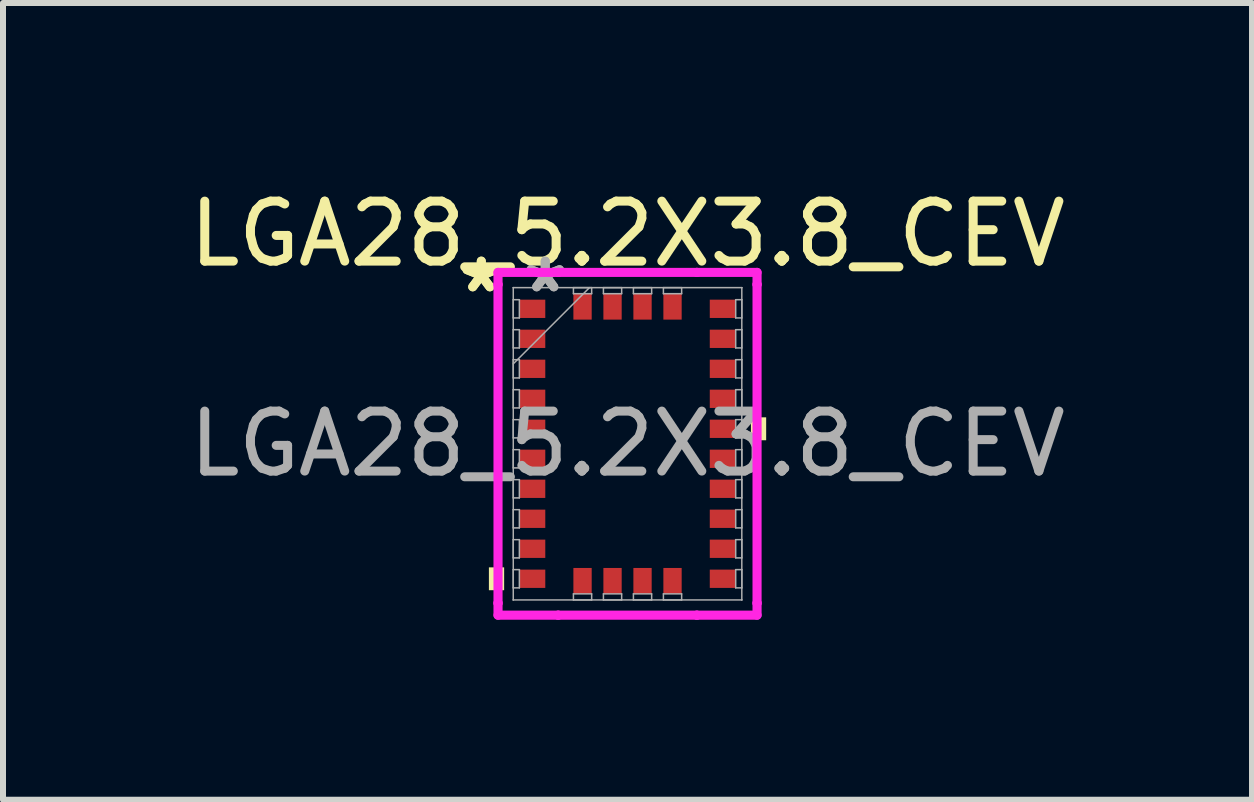
<source format=kicad_pcb>
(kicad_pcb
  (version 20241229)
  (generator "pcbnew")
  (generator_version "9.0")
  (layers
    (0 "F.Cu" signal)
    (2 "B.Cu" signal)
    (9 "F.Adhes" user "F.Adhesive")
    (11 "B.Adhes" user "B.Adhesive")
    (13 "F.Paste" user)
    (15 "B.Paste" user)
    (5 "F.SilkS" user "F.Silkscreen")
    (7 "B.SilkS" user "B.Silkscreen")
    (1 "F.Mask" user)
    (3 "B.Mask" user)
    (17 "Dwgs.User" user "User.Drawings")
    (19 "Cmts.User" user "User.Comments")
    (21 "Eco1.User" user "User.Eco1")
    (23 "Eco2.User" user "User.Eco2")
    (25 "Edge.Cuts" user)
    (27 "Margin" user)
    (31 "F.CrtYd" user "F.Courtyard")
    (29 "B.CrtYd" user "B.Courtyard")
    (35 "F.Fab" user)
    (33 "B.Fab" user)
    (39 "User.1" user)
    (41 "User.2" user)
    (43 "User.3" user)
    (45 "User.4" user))
  (footprint "LGA28_5.2X3.8_CEV"
    (layer "F.Cu")
    (at 7.411 4.348)
    (property "Reference" "LGA28_5.2X3.8_CEV" (at 0 -3.5 0) (unlocked yes) (layer "F.SilkS") (effects (font (size 1 1) (thickness 0.15))))
    (attr smd)
    (fp_poly (pts (xy -2.311 2.06) (xy -2.311 2.441) (xy -2.057 2.441) (xy -2.057 2.06)) (stroke (width 0) (type solid)) (fill yes) (layer "F.SilkS"))
    (fp_poly (pts (xy 2.311 -0.441) (xy 2.311 -0.059) (xy 2.057 -0.059) (xy 2.057 -0.441)) (stroke (width 0) (type solid)) (fill yes) (layer "F.SilkS"))
    (fp_line (start -2.159 -2.857) (end -1.156 -2.857) (stroke (width 0.152) (type solid)) (layer "F.CrtYd"))
    (fp_line (start -2.159 -2.656) (end -2.159 -2.857) (stroke (width 0.152) (type solid)) (layer "F.CrtYd"))
    (fp_line (start -2.159 -2.656) (end -2.159 -2.656) (stroke (width 0.152) (type solid)) (layer "F.CrtYd"))
    (fp_line (start -2.159 2.656) (end -2.159 -2.656) (stroke (width 0.152) (type solid)) (layer "F.CrtYd"))
    (fp_line (start -2.159 2.656) (end -2.159 2.656) (stroke (width 0.152) (type solid)) (layer "F.CrtYd"))
    (fp_line (start -2.159 2.857) (end -2.159 2.656) (stroke (width 0.152) (type solid)) (layer "F.CrtYd"))
    (fp_line (start -1.156 -2.857) (end -1.156 -2.857) (stroke (width 0.152) (type solid)) (layer "F.CrtYd"))
    (fp_line (start -1.156 -2.857) (end 1.156 -2.857) (stroke (width 0.152) (type solid)) (layer "F.CrtYd"))
    (fp_line (start -1.156 2.857) (end -2.159 2.857) (stroke (width 0.152) (type solid)) (layer "F.CrtYd"))
    (fp_line (start -1.156 2.857) (end -1.156 2.857) (stroke (width 0.152) (type solid)) (layer "F.CrtYd"))
    (fp_line (start 1.156 -2.857) (end 1.156 -2.857) (stroke (width 0.152) (type solid)) (layer "F.CrtYd"))
    (fp_line (start 1.156 -2.857) (end 2.159 -2.857) (stroke (width 0.152) (type solid)) (layer "F.CrtYd"))
    (fp_line (start 1.156 2.857) (end -1.156 2.857) (stroke (width 0.152) (type solid)) (layer "F.CrtYd"))
    (fp_line (start 1.156 2.857) (end 1.156 2.857) (stroke (width 0.152) (type solid)) (layer "F.CrtYd"))
    (fp_line (start 2.159 -2.857) (end 2.159 -2.656) (stroke (width 0.152) (type solid)) (layer "F.CrtYd"))
    (fp_line (start 2.159 -2.656) (end 2.159 -2.656) (stroke (width 0.152) (type solid)) (layer "F.CrtYd"))
    (fp_line (start 2.159 -2.656) (end 2.159 2.656) (stroke (width 0.152) (type solid)) (layer "F.CrtYd"))
    (fp_line (start 2.159 2.656) (end 2.159 2.656) (stroke (width 0.152) (type solid)) (layer "F.CrtYd"))
    (fp_line (start 2.159 2.656) (end 2.159 2.857) (stroke (width 0.152) (type solid)) (layer "F.CrtYd"))
    (fp_line (start 2.159 2.857) (end 1.156 2.857) (stroke (width 0.152) (type solid)) (layer "F.CrtYd"))
    (fp_line (start -1.905 -2.603) (end -1.905 -2.603) (stroke (width 0.025) (type solid)) (layer "F.Fab"))
    (fp_line (start -1.905 -2.603) (end -1.905 2.603) (stroke (width 0.025) (type solid)) (layer "F.Fab"))
    (fp_line (start -1.905 -2.402) (end -1.803 -2.402) (stroke (width 0.025) (type solid)) (layer "F.Fab"))
    (fp_line (start -1.905 -2.098) (end -1.905 -2.402) (stroke (width 0.025) (type solid)) (layer "F.Fab"))
    (fp_line (start -1.905 -1.902) (end -1.803 -1.902) (stroke (width 0.025) (type solid)) (layer "F.Fab"))
    (fp_line (start -1.905 -1.598) (end -1.905 -1.902) (stroke (width 0.025) (type solid)) (layer "F.Fab"))
    (fp_line (start -1.905 -1.402) (end -1.803 -1.402) (stroke (width 0.025) (type solid)) (layer "F.Fab"))
    (fp_line (start -1.905 -1.333) (end -0.635 -2.603) (stroke (width 0.025) (type solid)) (layer "F.Fab"))
    (fp_line (start -1.905 -1.098) (end -1.905 -1.402) (stroke (width 0.025) (type solid)) (layer "F.Fab"))
    (fp_line (start -1.905 -0.902) (end -1.803 -0.902) (stroke (width 0.025) (type solid)) (layer "F.Fab"))
    (fp_line (start -1.905 -0.598) (end -1.905 -0.902) (stroke (width 0.025) (type solid)) (layer "F.Fab"))
    (fp_line (start -1.905 -0.402) (end -1.803 -0.402) (stroke (width 0.025) (type solid)) (layer "F.Fab"))
    (fp_line (start -1.905 -0.098) (end -1.905 -0.402) (stroke (width 0.025) (type solid)) (layer "F.Fab"))
    (fp_line (start -1.905 0.098) (end -1.803 0.098) (stroke (width 0.025) (type solid)) (layer "F.Fab"))
    (fp_line (start -1.905 0.402) (end -1.905 0.098) (stroke (width 0.025) (type solid)) (layer "F.Fab"))
    (fp_line (start -1.905 0.598) (end -1.803 0.598) (stroke (width 0.025) (type solid)) (layer "F.Fab"))
    (fp_line (start -1.905 0.902) (end -1.905 0.598) (stroke (width 0.025) (type solid)) (layer "F.Fab"))
    (fp_line (start -1.905 1.098) (end -1.803 1.098) (stroke (width 0.025) (type solid)) (layer "F.Fab"))
    (fp_line (start -1.905 1.402) (end -1.905 1.098) (stroke (width 0.025) (type solid)) (layer "F.Fab"))
    (fp_line (start -1.905 1.598) (end -1.803 1.598) (stroke (width 0.025) (type solid)) (layer "F.Fab"))
    (fp_line (start -1.905 1.902) (end -1.905 1.598) (stroke (width 0.025) (type solid)) (layer "F.Fab"))
    (fp_line (start -1.905 2.098) (end -1.803 2.098) (stroke (width 0.025) (type solid)) (layer "F.Fab"))
    (fp_line (start -1.905 2.402) (end -1.905 2.098) (stroke (width 0.025) (type solid)) (layer "F.Fab"))
    (fp_line (start -1.905 2.603) (end -1.905 2.603) (stroke (width 0.025) (type solid)) (layer "F.Fab"))
    (fp_line (start -1.905 2.603) (end 1.905 2.603) (stroke (width 0.025) (type solid)) (layer "F.Fab"))
    (fp_line (start -1.803 -2.402) (end -1.803 -2.098) (stroke (width 0.025) (type solid)) (layer "F.Fab"))
    (fp_line (start -1.803 -2.098) (end -1.905 -2.098) (stroke (width 0.025) (type solid)) (layer "F.Fab"))
    (fp_line (start -1.803 -1.902) (end -1.803 -1.598) (stroke (width 0.025) (type solid)) (layer "F.Fab"))
    (fp_line (start -1.803 -1.598) (end -1.905 -1.598) (stroke (width 0.025) (type solid)) (layer "F.Fab"))
    (fp_line (start -1.803 -1.402) (end -1.803 -1.098) (stroke (width 0.025) (type solid)) (layer "F.Fab"))
    (fp_line (start -1.803 -1.098) (end -1.905 -1.098) (stroke (width 0.025) (type solid)) (layer "F.Fab"))
    (fp_line (start -1.803 -0.902) (end -1.803 -0.598) (stroke (width 0.025) (type solid)) (layer "F.Fab"))
    (fp_line (start -1.803 -0.598) (end -1.905 -0.598) (stroke (width 0.025) (type solid)) (layer "F.Fab"))
    (fp_line (start -1.803 -0.402) (end -1.803 -0.098) (stroke (width 0.025) (type solid)) (layer "F.Fab"))
    (fp_line (start -1.803 -0.098) (end -1.905 -0.098) (stroke (width 0.025) (type solid)) (layer "F.Fab"))
    (fp_line (start -1.803 0.098) (end -1.803 0.402) (stroke (width 0.025) (type solid)) (layer "F.Fab"))
    (fp_line (start -1.803 0.402) (end -1.905 0.402) (stroke (width 0.025) (type solid)) (layer "F.Fab"))
    (fp_line (start -1.803 0.598) (end -1.803 0.902) (stroke (width 0.025) (type solid)) (layer "F.Fab"))
    (fp_line (start -1.803 0.902) (end -1.905 0.902) (stroke (width 0.025) (type solid)) (layer "F.Fab"))
    (fp_line (start -1.803 1.098) (end -1.803 1.402) (stroke (width 0.025) (type solid)) (layer "F.Fab"))
    (fp_line (start -1.803 1.402) (end -1.905 1.402) (stroke (width 0.025) (type solid)) (layer "F.Fab"))
    (fp_line (start -1.803 1.598) (end -1.803 1.902) (stroke (width 0.025) (type solid)) (layer "F.Fab"))
    (fp_line (start -1.803 1.902) (end -1.905 1.902) (stroke (width 0.025) (type solid)) (layer "F.Fab"))
    (fp_line (start -1.803 2.098) (end -1.803 2.402) (stroke (width 0.025) (type solid)) (layer "F.Fab"))
    (fp_line (start -1.803 2.402) (end -1.905 2.402) (stroke (width 0.025) (type solid)) (layer "F.Fab"))
    (fp_line (start -0.902 -2.603) (end -0.598 -2.603) (stroke (width 0.025) (type solid)) (layer "F.Fab"))
    (fp_line (start -0.902 -2.502) (end -0.902 -2.603) (stroke (width 0.025) (type solid)) (layer "F.Fab"))
    (fp_line (start -0.902 2.502) (end -0.598 2.502) (stroke (width 0.025) (type solid)) (layer "F.Fab"))
    (fp_line (start -0.902 2.603) (end -0.902 2.502) (stroke (width 0.025) (type solid)) (layer "F.Fab"))
    (fp_line (start -0.598 -2.603) (end -0.598 -2.502) (stroke (width 0.025) (type solid)) (layer "F.Fab"))
    (fp_line (start -0.598 -2.502) (end -0.902 -2.502) (stroke (width 0.025) (type solid)) (layer "F.Fab"))
    (fp_line (start -0.598 2.502) (end -0.598 2.603) (stroke (width 0.025) (type solid)) (layer "F.Fab"))
    (fp_line (start -0.598 2.603) (end -0.902 2.603) (stroke (width 0.025) (type solid)) (layer "F.Fab"))
    (fp_line (start -0.402 -2.603) (end -0.098 -2.603) (stroke (width 0.025) (type solid)) (layer "F.Fab"))
    (fp_line (start -0.402 -2.502) (end -0.402 -2.603) (stroke (width 0.025) (type solid)) (layer "F.Fab"))
    (fp_line (start -0.402 2.502) (end -0.098 2.502) (stroke (width 0.025) (type solid)) (layer "F.Fab"))
    (fp_line (start -0.402 2.603) (end -0.402 2.502) (stroke (width 0.025) (type solid)) (layer "F.Fab"))
    (fp_line (start -0.098 -2.603) (end -0.098 -2.502) (stroke (width 0.025) (type solid)) (layer "F.Fab"))
    (fp_line (start -0.098 -2.502) (end -0.402 -2.502) (stroke (width 0.025) (type solid)) (layer "F.Fab"))
    (fp_line (start -0.098 2.502) (end -0.098 2.603) (stroke (width 0.025) (type solid)) (layer "F.Fab"))
    (fp_line (start -0.098 2.603) (end -0.402 2.603) (stroke (width 0.025) (type solid)) (layer "F.Fab"))
    (fp_line (start 0.098 -2.603) (end 0.402 -2.603) (stroke (width 0.025) (type solid)) (layer "F.Fab"))
    (fp_line (start 0.098 -2.502) (end 0.098 -2.603) (stroke (width 0.025) (type solid)) (layer "F.Fab"))
    (fp_line (start 0.098 2.502) (end 0.402 2.502) (stroke (width 0.025) (type solid)) (layer "F.Fab"))
    (fp_line (start 0.098 2.603) (end 0.098 2.502) (stroke (width 0.025) (type solid)) (layer "F.Fab"))
    (fp_line (start 0.402 -2.603) (end 0.402 -2.502) (stroke (width 0.025) (type solid)) (layer "F.Fab"))
    (fp_line (start 0.402 -2.502) (end 0.098 -2.502) (stroke (width 0.025) (type solid)) (layer "F.Fab"))
    (fp_line (start 0.402 2.502) (end 0.402 2.603) (stroke (width 0.025) (type solid)) (layer "F.Fab"))
    (fp_line (start 0.402 2.603) (end 0.098 2.603) (stroke (width 0.025) (type solid)) (layer "F.Fab"))
    (fp_line (start 0.598 -2.603) (end 0.902 -2.603) (stroke (width 0.025) (type solid)) (layer "F.Fab"))
    (fp_line (start 0.598 -2.502) (end 0.598 -2.603) (stroke (width 0.025) (type solid)) (layer "F.Fab"))
    (fp_line (start 0.598 2.502) (end 0.902 2.502) (stroke (width 0.025) (type solid)) (layer "F.Fab"))
    (fp_line (start 0.598 2.603) (end 0.598 2.502) (stroke (width 0.025) (type solid)) (layer "F.Fab"))
    (fp_line (start 0.902 -2.603) (end 0.902 -2.502) (stroke (width 0.025) (type solid)) (layer "F.Fab"))
    (fp_line (start 0.902 -2.502) (end 0.598 -2.502) (stroke (width 0.025) (type solid)) (layer "F.Fab"))
    (fp_line (start 0.902 2.502) (end 0.902 2.603) (stroke (width 0.025) (type solid)) (layer "F.Fab"))
    (fp_line (start 0.902 2.603) (end 0.598 2.603) (stroke (width 0.025) (type solid)) (layer "F.Fab"))
    (fp_line (start 1.803 -2.402) (end 1.905 -2.402) (stroke (width 0.025) (type solid)) (layer "F.Fab"))
    (fp_line (start 1.803 -2.098) (end 1.803 -2.402) (stroke (width 0.025) (type solid)) (layer "F.Fab"))
    (fp_line (start 1.803 -1.902) (end 1.905 -1.902) (stroke (width 0.025) (type solid)) (layer "F.Fab"))
    (fp_line (start 1.803 -1.598) (end 1.803 -1.902) (stroke (width 0.025) (type solid)) (layer "F.Fab"))
    (fp_line (start 1.803 -1.402) (end 1.905 -1.402) (stroke (width 0.025) (type solid)) (layer "F.Fab"))
    (fp_line (start 1.803 -1.098) (end 1.803 -1.402) (stroke (width 0.025) (type solid)) (layer "F.Fab"))
    (fp_line (start 1.803 -0.902) (end 1.905 -0.902) (stroke (width 0.025) (type solid)) (layer "F.Fab"))
    (fp_line (start 1.803 -0.598) (end 1.803 -0.902) (stroke (width 0.025) (type solid)) (layer "F.Fab"))
    (fp_line (start 1.803 -0.402) (end 1.905 -0.402) (stroke (width 0.025) (type solid)) (layer "F.Fab"))
    (fp_line (start 1.803 -0.098) (end 1.803 -0.402) (stroke (width 0.025) (type solid)) (layer "F.Fab"))
    (fp_line (start 1.803 0.098) (end 1.905 0.098) (stroke (width 0.025) (type solid)) (layer "F.Fab"))
    (fp_line (start 1.803 0.402) (end 1.803 0.098) (stroke (width 0.025) (type solid)) (layer "F.Fab"))
    (fp_line (start 1.803 0.598) (end 1.905 0.598) (stroke (width 0.025) (type solid)) (layer "F.Fab"))
    (fp_line (start 1.803 0.902) (end 1.803 0.598) (stroke (width 0.025) (type solid)) (layer "F.Fab"))
    (fp_line (start 1.803 1.098) (end 1.905 1.098) (stroke (width 0.025) (type solid)) (layer "F.Fab"))
    (fp_line (start 1.803 1.402) (end 1.803 1.098) (stroke (width 0.025) (type solid)) (layer "F.Fab"))
    (fp_line (start 1.803 1.598) (end 1.905 1.598) (stroke (width 0.025) (type solid)) (layer "F.Fab"))
    (fp_line (start 1.803 1.902) (end 1.803 1.598) (stroke (width 0.025) (type solid)) (layer "F.Fab"))
    (fp_line (start 1.803 2.098) (end 1.905 2.098) (stroke (width 0.025) (type solid)) (layer "F.Fab"))
    (fp_line (start 1.803 2.402) (end 1.803 2.098) (stroke (width 0.025) (type solid)) (layer "F.Fab"))
    (fp_line (start 1.905 -2.603) (end -1.905 -2.603) (stroke (width 0.025) (type solid)) (layer "F.Fab"))
    (fp_line (start 1.905 -2.603) (end 1.905 -2.603) (stroke (width 0.025) (type solid)) (layer "F.Fab"))
    (fp_line (start 1.905 -2.402) (end 1.905 -2.098) (stroke (width 0.025) (type solid)) (layer "F.Fab"))
    (fp_line (start 1.905 -2.098) (end 1.803 -2.098) (stroke (width 0.025) (type solid)) (layer "F.Fab"))
    (fp_line (start 1.905 -1.902) (end 1.905 -1.598) (stroke (width 0.025) (type solid)) (layer "F.Fab"))
    (fp_line (start 1.905 -1.598) (end 1.803 -1.598) (stroke (width 0.025) (type solid)) (layer "F.Fab"))
    (fp_line (start 1.905 -1.402) (end 1.905 -1.098) (stroke (width 0.025) (type solid)) (layer "F.Fab"))
    (fp_line (start 1.905 -1.098) (end 1.803 -1.098) (stroke (width 0.025) (type solid)) (layer "F.Fab"))
    (fp_line (start 1.905 -0.902) (end 1.905 -0.598) (stroke (width 0.025) (type solid)) (layer "F.Fab"))
    (fp_line (start 1.905 -0.598) (end 1.803 -0.598) (stroke (width 0.025) (type solid)) (layer "F.Fab"))
    (fp_line (start 1.905 -0.402) (end 1.905 -0.098) (stroke (width 0.025) (type solid)) (layer "F.Fab"))
    (fp_line (start 1.905 -0.098) (end 1.803 -0.098) (stroke (width 0.025) (type solid)) (layer "F.Fab"))
    (fp_line (start 1.905 0.098) (end 1.905 0.402) (stroke (width 0.025) (type solid)) (layer "F.Fab"))
    (fp_line (start 1.905 0.402) (end 1.803 0.402) (stroke (width 0.025) (type solid)) (layer "F.Fab"))
    (fp_line (start 1.905 0.598) (end 1.905 0.902) (stroke (width 0.025) (type solid)) (layer "F.Fab"))
    (fp_line (start 1.905 0.902) (end 1.803 0.902) (stroke (width 0.025) (type solid)) (layer "F.Fab"))
    (fp_line (start 1.905 1.098) (end 1.905 1.402) (stroke (width 0.025) (type solid)) (layer "F.Fab"))
    (fp_line (start 1.905 1.402) (end 1.803 1.402) (stroke (width 0.025) (type solid)) (layer "F.Fab"))
    (fp_line (start 1.905 1.598) (end 1.905 1.902) (stroke (width 0.025) (type solid)) (layer "F.Fab"))
    (fp_line (start 1.905 1.902) (end 1.803 1.902) (stroke (width 0.025) (type solid)) (layer "F.Fab"))
    (fp_line (start 1.905 2.098) (end 1.905 2.402) (stroke (width 0.025) (type solid)) (layer "F.Fab"))
    (fp_line (start 1.905 2.402) (end 1.803 2.402) (stroke (width 0.025) (type solid)) (layer "F.Fab"))
    (fp_line (start 1.905 2.603) (end 1.905 -2.603) (stroke (width 0.025) (type solid)) (layer "F.Fab"))
    (fp_line (start 1.905 2.603) (end 1.905 2.603) (stroke (width 0.025) (type solid)) (layer "F.Fab"))
    (fp_text user "*" (at -2.438 -2.5 0) (layer "F.SilkS") (effects (font (size 1 1) (thickness 0.15))))
    (fp_text user "*" (at -2.438 -2.5 0) (unlocked yes) (layer "F.SilkS") (effects (font (size 1 1) (thickness 0.15))))
    (fp_text user "*" (at -1.372 -2.5 0) (unlocked yes) (layer "F.Fab") (effects (font (size 1 1) (thickness 0.15))))
    (fp_text user "*" (at -1.372 -2.5 0) (layer "F.Fab") (effects (font (size 1 1) (thickness 0.15))))
    (fp_text user "${REFERENCE}" (at 0 0 0) (unlocked yes) (layer "F.Fab") (effects (font (size 1 1) (thickness 0.15))))
    (pad "1" smd rect (at -1.587 -2.25 90) (size 0.305 0.432) (layers "F.Cu" "F.Mask" "F.Paste"))
    (pad "2" smd rect (at -1.587 -1.75 90) (size 0.305 0.432) (layers "F.Cu" "F.Mask" "F.Paste"))
    (pad "3" smd rect (at -1.587 -1.25 90) (size 0.305 0.432) (layers "F.Cu" "F.Mask" "F.Paste"))
    (pad "4" smd rect (at -1.587 -0.75 90) (size 0.305 0.432) (layers "F.Cu" "F.Mask" "F.Paste"))
    (pad "5" smd rect (at -1.587 -0.25 90) (size 0.305 0.432) (layers "F.Cu" "F.Mask" "F.Paste"))
    (pad "6" smd rect (at -1.587 0.25 90) (size 0.305 0.432) (layers "F.Cu" "F.Mask" "F.Paste"))
    (pad "7" smd rect (at -1.587 0.75 90) (size 0.305 0.432) (layers "F.Cu" "F.Mask" "F.Paste"))
    (pad "8" smd rect (at -1.587 1.25 90) (size 0.305 0.432) (layers "F.Cu" "F.Mask" "F.Paste"))
    (pad "9" smd rect (at -1.587 1.75 90) (size 0.305 0.432) (layers "F.Cu" "F.Mask" "F.Paste"))
    (pad "10" smd rect (at -1.587 2.25 90) (size 0.305 0.432) (layers "F.Cu" "F.Mask" "F.Paste"))
    (pad "11" smd rect (at -0.75 2.286) (size 0.305 0.432) (layers "F.Cu" "F.Mask" "F.Paste"))
    (pad "12" smd rect (at -0.25 2.286) (size 0.305 0.432) (layers "F.Cu" "F.Mask" "F.Paste"))
    (pad "13" smd rect (at 0.25 2.286) (size 0.305 0.432) (layers "F.Cu" "F.Mask" "F.Paste"))
    (pad "14" smd rect (at 0.75 2.286) (size 0.305 0.432) (layers "F.Cu" "F.Mask" "F.Paste"))
    (pad "15" smd rect (at 1.587 2.25 90) (size 0.305 0.432) (layers "F.Cu" "F.Mask" "F.Paste"))
    (pad "16" smd rect (at 1.587 1.75 90) (size 0.305 0.432) (layers "F.Cu" "F.Mask" "F.Paste"))
    (pad "17" smd rect (at 1.587 1.25 90) (size 0.305 0.432) (layers "F.Cu" "F.Mask" "F.Paste"))
    (pad "18" smd rect (at 1.587 0.75 90) (size 0.305 0.432) (layers "F.Cu" "F.Mask" "F.Paste"))
    (pad "19" smd rect (at 1.587 0.25 90) (size 0.305 0.432) (layers "F.Cu" "F.Mask" "F.Paste"))
    (pad "20" smd rect (at 1.587 -0.25 90) (size 0.305 0.432) (layers "F.Cu" "F.Mask" "F.Paste"))
    (pad "21" smd rect (at 1.587 -0.75 90) (size 0.305 0.432) (layers "F.Cu" "F.Mask" "F.Paste"))
    (pad "22" smd rect (at 1.587 -1.25 90) (size 0.305 0.432) (layers "F.Cu" "F.Mask" "F.Paste"))
    (pad "23" smd rect (at 1.587 -1.75 90) (size 0.305 0.432) (layers "F.Cu" "F.Mask" "F.Paste"))
    (pad "24" smd rect (at 1.587 -2.25 90) (size 0.305 0.432) (layers "F.Cu" "F.Mask" "F.Paste"))
    (pad "25" smd rect (at 0.75 -2.286) (size 0.305 0.432) (layers "F.Cu" "F.Mask" "F.Paste"))
    (pad "26" smd rect (at 0.25 -2.286) (size 0.305 0.432) (layers "F.Cu" "F.Mask" "F.Paste"))
    (pad "27" smd rect (at -0.25 -2.286) (size 0.305 0.432) (layers "F.Cu" "F.Mask" "F.Paste"))
    (pad "28" smd rect (at -0.75 -2.286) (size 0.305 0.432) (layers "F.Cu" "F.Mask" "F.Paste")))
  (gr_rect
    (start -3 -3)
    (end 17.821 10.282)
    (stroke (width 0.1) (type default))
    (fill no)
    (layer "Edge.Cuts")))
</source>
